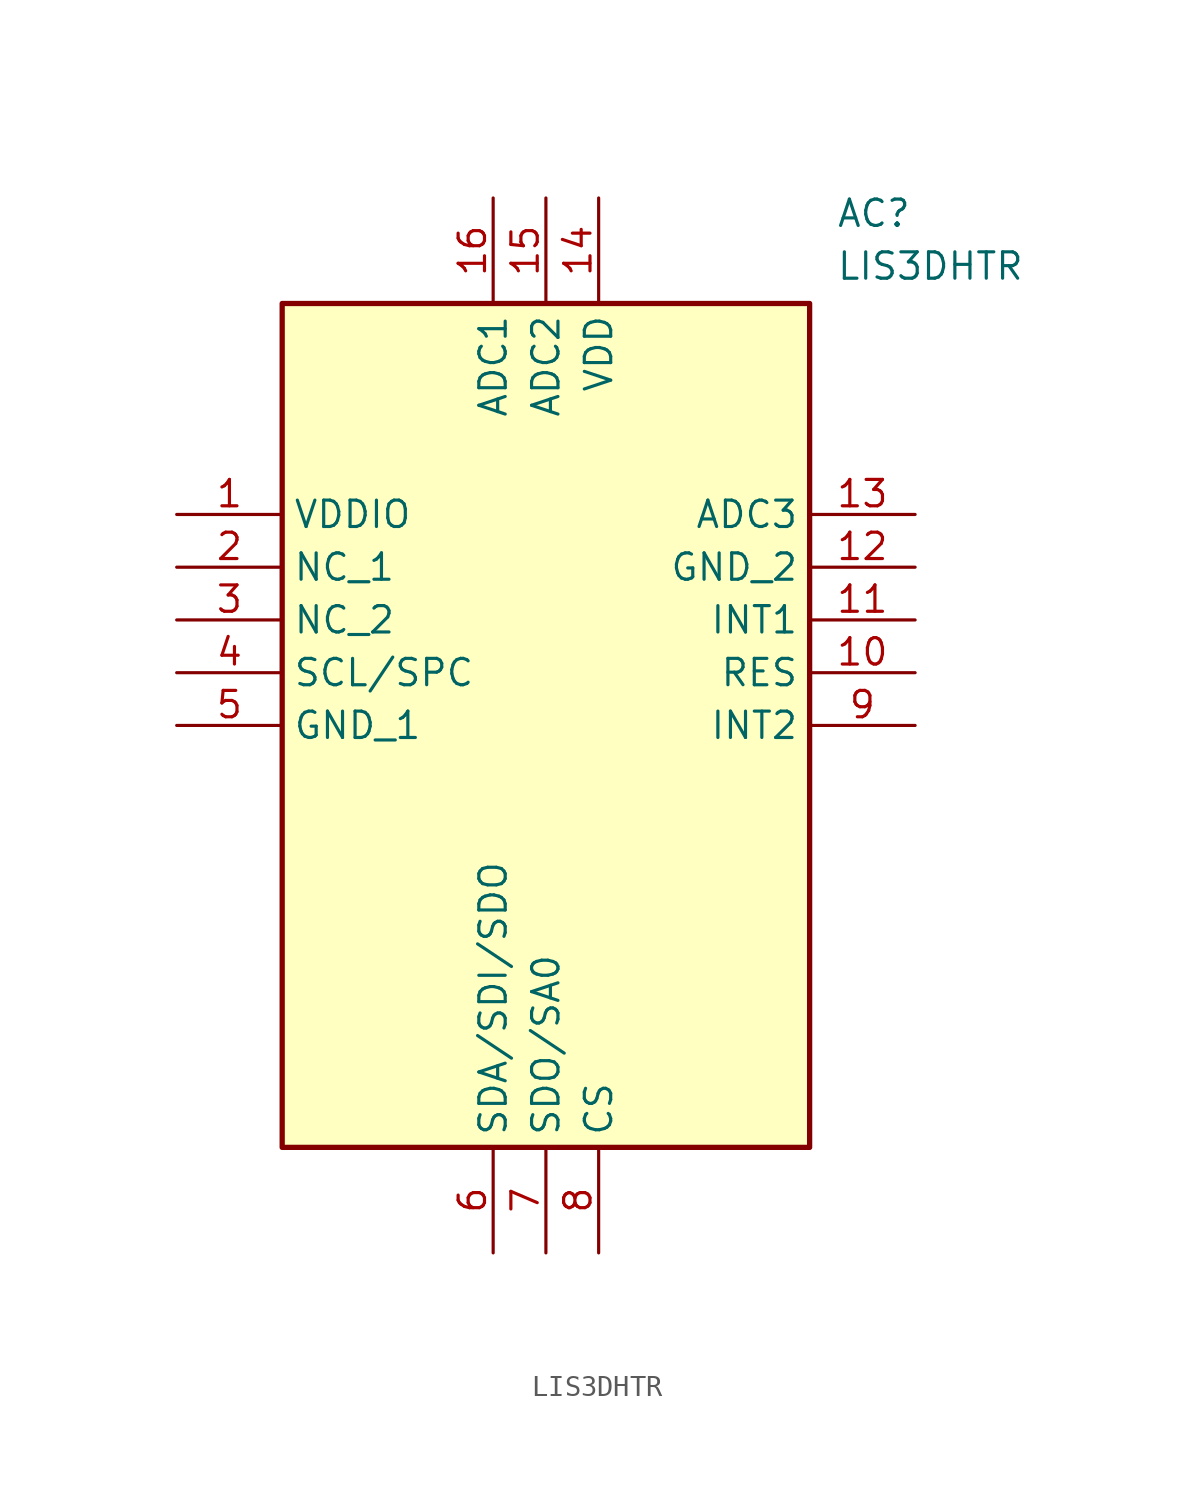
<source format=kicad_sym>
(kicad_symbol_lib
  (version 20211014)
  (generator SamacSys_ECAD_Model)
  (symbol "LIS3DHTR"
    (property "Reference" "AC"
      (at 31.75 15.24 0)
      (effects (font (size 1.27 1.27)) (justify left top)))
    (property "Value" "LIS3DHTR"
      (at 31.75 12.7 0)
      (effects (font (size 1.27 1.27)) (justify left top)))
    (rectangle
      (start 5.08 10.16)
      (end 30.48 -30.48)
      (stroke (width 0.254) (type default))
      (fill (type background)))
    (pin power_in line
      (at 0 0 0)
      (length 5.08)
      (name "VDDIO" (effects (font (size 1.27 1.27))))
      (number "1" (effects (font (size 1.27 1.27)))))
    (pin passive line
      (at 0 -2.54 0)
      (length 5.08)
      (name "NC_1" (effects (font (size 1.27 1.27))))
      (number "2" (effects (font (size 1.27 1.27)))))
    (pin passive line
      (at 0 -5.08 0)
      (length 5.08)
      (name "NC_2" (effects (font (size 1.27 1.27))))
      (number "3" (effects (font (size 1.27 1.27)))))
    (pin passive line
      (at 0 -7.62 0)
      (length 5.08)
      (name "SCL/SPC" (effects (font (size 1.27 1.27))))
      (number "4" (effects (font (size 1.27 1.27)))))
    (pin power_in line
      (at 0 -10.16 0)
      (length 5.08)
      (name "GND_1" (effects (font (size 1.27 1.27))))
      (number "5" (effects (font (size 1.27 1.27)))))
    (pin passive line
      (at 15.24 -35.56 90)
      (length 5.08)
      (name "SDA/SDI/SDO" (effects (font (size 1.27 1.27))))
      (number "6" (effects (font (size 1.27 1.27)))))
    (pin passive line
      (at 17.78 -35.56 90)
      (length 5.08)
      (name "SDO/SA0" (effects (font (size 1.27 1.27))))
      (number "7" (effects (font (size 1.27 1.27)))))
    (pin input line
      (at 20.32 -35.56 90)
      (length 5.08)
      (name "CS" (effects (font (size 1.27 1.27))))
      (number "8" (effects (font (size 1.27 1.27)))))
    (pin input line
      (at 35.56 -10.16 180)
      (length 5.08)
      (name "INT2" (effects (font (size 1.27 1.27))))
      (number "9" (effects (font (size 1.27 1.27)))))
    (pin passive line
      (at 35.56 -7.62 180)
      (length 5.08)
      (name "RES" (effects (font (size 1.27 1.27))))
      (number "10" (effects (font (size 1.27 1.27)))))
    (pin input line
      (at 35.56 -5.08 180)
      (length 5.08)
      (name "INT1" (effects (font (size 1.27 1.27))))
      (number "11" (effects (font (size 1.27 1.27)))))
    (pin power_in line
      (at 35.56 -2.54 180)
      (length 5.08)
      (name "GND_2" (effects (font (size 1.27 1.27))))
      (number "12" (effects (font (size 1.27 1.27)))))
    (pin passive line
      (at 35.56 0 180)
      (length 5.08)
      (name "ADC3" (effects (font (size 1.27 1.27))))
      (number "13" (effects (font (size 1.27 1.27)))))
    (pin power_in line
      (at 20.32 15.24 270)
      (length 5.08)
      (name "VDD" (effects (font (size 1.27 1.27))))
      (number "14" (effects (font (size 1.27 1.27)))))
    (pin passive line
      (at 17.78 15.24 270)
      (length 5.08)
      (name "ADC2" (effects (font (size 1.27 1.27))))
      (number "15" (effects (font (size 1.27 1.27)))))
    (pin passive line
      (at 15.24 15.24 270)
      (length 5.08)
      (name "ADC1" (effects (font (size 1.27 1.27))))
      (number "16" (effects (font (size 1.27 1.27)))))))
</source>
